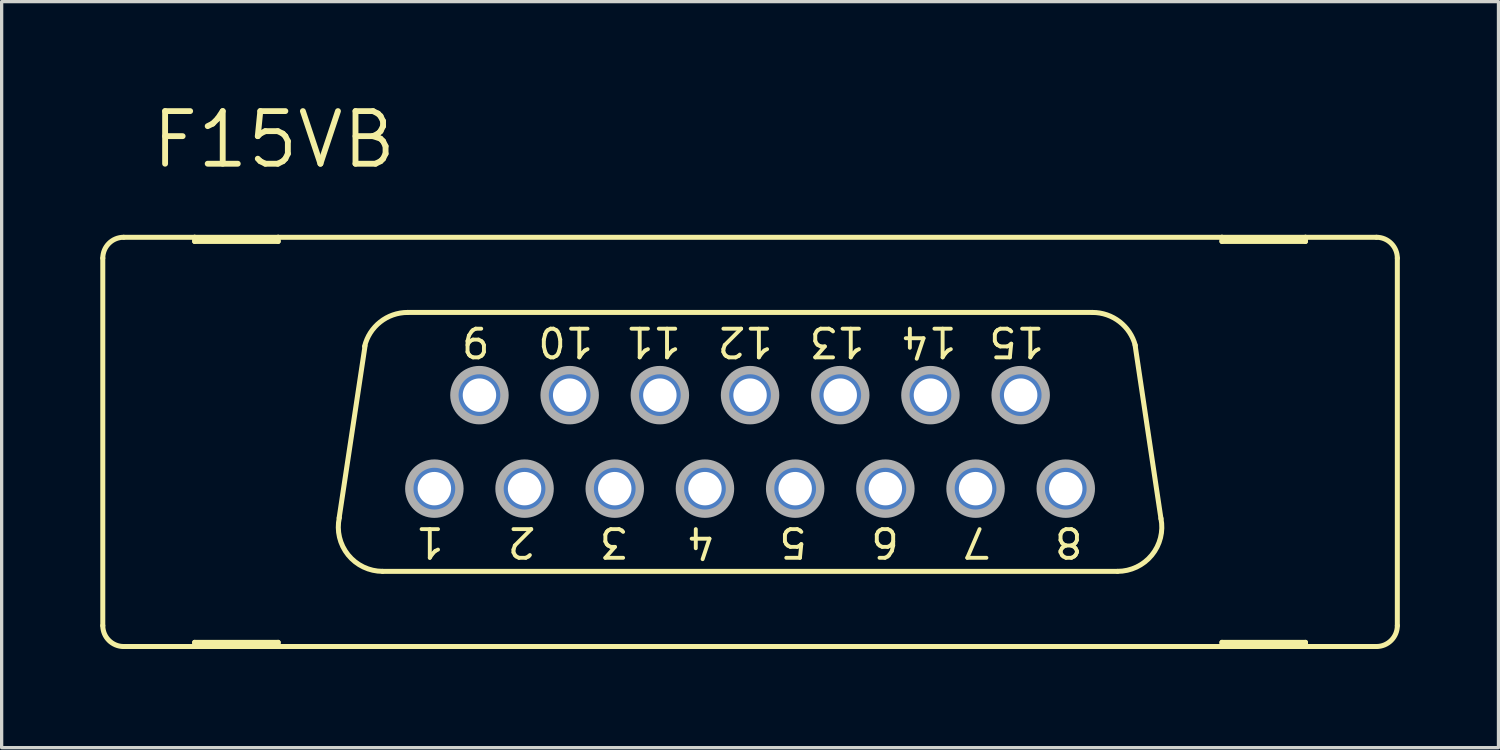
<source format=kicad_pcb>
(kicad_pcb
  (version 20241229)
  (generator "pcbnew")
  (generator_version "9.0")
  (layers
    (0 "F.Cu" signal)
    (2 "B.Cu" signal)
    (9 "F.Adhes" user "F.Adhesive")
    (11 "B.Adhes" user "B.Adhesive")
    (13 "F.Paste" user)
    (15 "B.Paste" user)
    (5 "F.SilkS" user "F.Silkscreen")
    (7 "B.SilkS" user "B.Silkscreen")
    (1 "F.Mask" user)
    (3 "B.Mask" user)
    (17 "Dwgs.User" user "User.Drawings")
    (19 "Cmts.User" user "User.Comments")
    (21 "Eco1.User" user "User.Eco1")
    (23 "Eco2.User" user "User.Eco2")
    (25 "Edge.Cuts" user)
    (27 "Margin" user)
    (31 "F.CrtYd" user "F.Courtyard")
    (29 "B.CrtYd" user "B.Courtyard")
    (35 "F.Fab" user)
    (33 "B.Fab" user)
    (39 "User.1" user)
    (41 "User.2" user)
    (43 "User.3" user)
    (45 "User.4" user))
  (footprint "F15VB"
    (layer "F.Cu")
    (at 19.761 10.389)
    (property "Reference" "F15VB" (at -18.288 -8.255 0) (unlocked yes) (layer "F.SilkS") (effects (font (size 1.6 1.6) (thickness 0.178)) (justify left bottom)))
    (fp_line (start -19.685 5.588) (end -19.685 -5.588) (stroke (width 0.152) (type solid)) (layer "F.SilkS"))
    (fp_line (start -19.05 6.223) (end -16.891 6.223) (stroke (width 0.152) (type solid)) (layer "F.SilkS"))
    (fp_line (start -16.891 -6.223) (end -19.05 -6.223) (stroke (width 0.152) (type solid)) (layer "F.SilkS"))
    (fp_line (start -16.891 -6.096) (end -16.891 -6.223) (stroke (width 0.152) (type solid)) (layer "F.SilkS"))
    (fp_line (start -16.891 6.096) (end -16.891 6.223) (stroke (width 0.152) (type solid)) (layer "F.SilkS"))
    (fp_line (start -16.891 6.223) (end -14.351 6.223) (stroke (width 0.152) (type solid)) (layer "F.SilkS"))
    (fp_line (start -14.351 -6.223) (end -16.891 -6.223) (stroke (width 0.152) (type solid)) (layer "F.SilkS"))
    (fp_line (start -14.351 -6.223) (end -14.351 -6.096) (stroke (width 0.152) (type solid)) (layer "F.SilkS"))
    (fp_line (start -14.351 -6.096) (end -16.891 -6.096) (stroke (width 0.152) (type solid)) (layer "F.SilkS"))
    (fp_line (start -14.351 6.096) (end -16.891 6.096) (stroke (width 0.152) (type solid)) (layer "F.SilkS"))
    (fp_line (start -14.351 6.223) (end -14.351 6.096) (stroke (width 0.152) (type solid)) (layer "F.SilkS"))
    (fp_line (start -14.351 6.223) (end 14.351 6.223) (stroke (width 0.152) (type solid)) (layer "F.SilkS"))
    (fp_line (start -12.497 2.311) (end -11.709 -2.921) (stroke (width 0.152) (type solid)) (layer "F.SilkS"))
    (fp_line (start 10.414 -3.937) (end -10.414 -3.937) (stroke (width 0.152) (type solid)) (layer "F.SilkS"))
    (fp_line (start 11.176 3.937) (end -11.176 3.937) (stroke (width 0.152) (type solid)) (layer "F.SilkS"))
    (fp_line (start 11.709 -2.946) (end 12.497 2.337) (stroke (width 0.152) (type solid)) (layer "F.SilkS"))
    (fp_line (start 14.351 -6.223) (end -14.351 -6.223) (stroke (width 0.152) (type solid)) (layer "F.SilkS"))
    (fp_line (start 14.351 -6.096) (end 14.351 -6.223) (stroke (width 0.152) (type solid)) (layer "F.SilkS"))
    (fp_line (start 14.351 6.096) (end 14.351 6.223) (stroke (width 0.152) (type solid)) (layer "F.SilkS"))
    (fp_line (start 14.351 6.223) (end 16.891 6.223) (stroke (width 0.152) (type solid)) (layer "F.SilkS"))
    (fp_line (start 16.891 -6.223) (end 14.351 -6.223) (stroke (width 0.152) (type solid)) (layer "F.SilkS"))
    (fp_line (start 16.891 -6.223) (end 16.891 -6.096) (stroke (width 0.152) (type solid)) (layer "F.SilkS"))
    (fp_line (start 16.891 -6.096) (end 14.351 -6.096) (stroke (width 0.152) (type solid)) (layer "F.SilkS"))
    (fp_line (start 16.891 6.096) (end 14.351 6.096) (stroke (width 0.152) (type solid)) (layer "F.SilkS"))
    (fp_line (start 16.891 6.223) (end 16.891 6.096) (stroke (width 0.152) (type solid)) (layer "F.SilkS"))
    (fp_line (start 16.891 6.223) (end 19.05 6.223) (stroke (width 0.152) (type solid)) (layer "F.SilkS"))
    (fp_line (start 19.05 -6.223) (end 16.891 -6.223) (stroke (width 0.152) (type solid)) (layer "F.SilkS"))
    (fp_line (start 19.685 5.588) (end 19.685 -5.588) (stroke (width 0.152) (type solid)) (layer "F.SilkS"))
    (fp_arc (start -19.685 -5.588) (mid -19.499013 -6.037013) (end -19.05 -6.223) (stroke (width 0.1524) (type solid)) (layer "F.SilkS"))
    (fp_arc (start -19.05 6.223) (mid -19.499013 6.037013) (end -19.685 5.588) (stroke (width 0.1524) (type solid)) (layer "F.SilkS"))
    (fp_arc (start -11.7227 -2.905) (mid -11.247255 -3.647874) (end -10.413999 -3.936999) (stroke (width 0.1524) (type solid)) (layer "F.SilkS"))
    (fp_arc (start -11.175998 3.937) (mid -12.224555 3.435185) (end -12.4915 2.3038) (stroke (width 0.1524) (type solid)) (layer "F.SilkS"))
    (fp_arc (start 10.414 -3.937) (mid 11.2375 -3.655745) (end 11.7169 -2.9295) (stroke (width 0.1524) (type solid)) (layer "F.SilkS"))
    (fp_arc (start 12.4961 2.3268) (mid 12.217082 3.444284) (end 11.176 3.937) (stroke (width 0.1524) (type solid)) (layer "F.SilkS"))
    (fp_arc (start 19.05 -6.223) (mid 19.499013 -6.037013) (end 19.685 -5.588) (stroke (width 0.1524) (type solid)) (layer "F.SilkS"))
    (fp_arc (start 19.685 5.588) (mid 19.499013 6.037013) (end 19.05 6.223) (stroke (width 0.1524) (type solid)) (layer "F.SilkS"))
    (fp_circle (center -9.601 1.422) (end -8.839 1.422) (stroke (width 0.254) (type solid)) (fill no) (layer "F.Fab"))
    (fp_circle (center -8.23 -1.422) (end -7.468 -1.422) (stroke (width 0.254) (type solid)) (fill no) (layer "F.Fab"))
    (fp_circle (center -6.858 1.422) (end -6.096 1.422) (stroke (width 0.254) (type solid)) (fill no) (layer "F.Fab"))
    (fp_circle (center -5.486 -1.422) (end -4.724 -1.422) (stroke (width 0.254) (type solid)) (fill no) (layer "F.Fab"))
    (fp_circle (center -4.115 1.422) (end -3.353 1.422) (stroke (width 0.254) (type solid)) (fill no) (layer "F.Fab"))
    (fp_circle (center -2.743 -1.422) (end -1.981 -1.422) (stroke (width 0.254) (type solid)) (fill no) (layer "F.Fab"))
    (fp_circle (center -1.372 1.422) (end -0.61 1.422) (stroke (width 0.254) (type solid)) (fill no) (layer "F.Fab"))
    (fp_circle (center 0 -1.422) (end 0.762 -1.422) (stroke (width 0.254) (type solid)) (fill no) (layer "F.Fab"))
    (fp_circle (center 1.372 1.422) (end 2.134 1.422) (stroke (width 0.254) (type solid)) (fill no) (layer "F.Fab"))
    (fp_circle (center 2.743 -1.422) (end 3.505 -1.422) (stroke (width 0.254) (type solid)) (fill no) (layer "F.Fab"))
    (fp_circle (center 4.115 1.422) (end 4.877 1.422) (stroke (width 0.254) (type solid)) (fill no) (layer "F.Fab"))
    (fp_circle (center 5.486 -1.422) (end 6.248 -1.422) (stroke (width 0.254) (type solid)) (fill no) (layer "F.Fab"))
    (fp_circle (center 6.858 1.422) (end 7.62 1.422) (stroke (width 0.254) (type solid)) (fill no) (layer "F.Fab"))
    (fp_circle (center 8.23 -1.422) (end 8.992 -1.422) (stroke (width 0.254) (type solid)) (fill no) (layer "F.Fab"))
    (fp_circle (center 9.601 1.422) (end 10.363 1.422) (stroke (width 0.254) (type solid)) (fill no) (layer "F.Fab"))
    (fp_text user "10" (at -4.699 -3.556 180) (unlocked yes) (layer "F.SilkS") (effects (font (size 0.872 0.872) (thickness 0.119)) (justify left bottom)))
    (fp_text user "14" (at 6.35 -3.556 180) (unlocked yes) (layer "F.SilkS") (effects (font (size 0.872 0.872) (thickness 0.119)) (justify left bottom)))
    (fp_text user "9" (at -7.849 -3.556 180) (unlocked yes) (layer "F.SilkS") (effects (font (size 0.872 0.872) (thickness 0.119)) (justify left bottom)))
    (fp_text user "7" (at 7.391 2.54 180) (unlocked yes) (layer "F.SilkS") (effects (font (size 0.872 0.872) (thickness 0.119)) (justify left bottom)))
    (fp_text user "4" (at -0.991 2.54 180) (unlocked yes) (layer "F.SilkS") (effects (font (size 0.872 0.872) (thickness 0.119)) (justify left bottom)))
    (fp_text user "5" (at 1.803 2.54 180) (unlocked yes) (layer "F.SilkS") (effects (font (size 0.872 0.872) (thickness 0.119)) (justify left bottom)))
    (fp_text user "13" (at 3.556 -3.556 180) (unlocked yes) (layer "F.SilkS") (effects (font (size 0.872 0.872) (thickness 0.119)) (justify left bottom)))
    (fp_text user "15" (at 9.017 -3.556 180) (unlocked yes) (layer "F.SilkS") (effects (font (size 0.872 0.872) (thickness 0.119)) (justify left bottom)))
    (fp_text user "1" (at -9.246 2.54 180) (unlocked yes) (layer "F.SilkS") (effects (font (size 0.872 0.872) (thickness 0.119)) (justify left bottom)))
    (fp_text user "12" (at 0.762 -3.556 180) (unlocked yes) (layer "F.SilkS") (effects (font (size 0.872 0.872) (thickness 0.119)) (justify left bottom)))
    (fp_text user "11" (at -2.032 -3.556 180) (unlocked yes) (layer "F.SilkS") (effects (font (size 0.872 0.872) (thickness 0.119)) (justify left bottom)))
    (fp_text user "3" (at -3.658 2.54 180) (unlocked yes) (layer "F.SilkS") (effects (font (size 0.872 0.872) (thickness 0.119)) (justify left bottom)))
    (fp_text user "6" (at 4.597 2.54 180) (unlocked yes) (layer "F.SilkS") (effects (font (size 0.872 0.872) (thickness 0.119)) (justify left bottom)))
    (fp_text user "2" (at -6.452 2.54 180) (unlocked yes) (layer "F.SilkS") (effects (font (size 0.872 0.872) (thickness 0.119)) (justify left bottom)))
    (fp_text user "8" (at 10.185 2.54 180) (unlocked yes) (layer "F.SilkS") (effects (font (size 0.872 0.872) (thickness 0.119)) (justify left bottom)))
    (pad "1" thru_hole roundrect (at -9.601 1.422) (size 1.524 1.524) (drill 1.016) (layers "*.Cu" "*.Mask") (roundrect_rratio 0.25) (chamfer_ratio 0.293) (chamfer top_left top_right bottom_left bottom_right))
    (pad "2" thru_hole roundrect (at -6.858 1.422) (size 1.524 1.524) (drill 1.016) (layers "*.Cu" "*.Mask") (roundrect_rratio 0.25) (chamfer_ratio 0.293) (chamfer top_left top_right bottom_left bottom_right))
    (pad "3" thru_hole roundrect (at -4.115 1.422) (size 1.524 1.524) (drill 1.016) (layers "*.Cu" "*.Mask") (roundrect_rratio 0.25) (chamfer_ratio 0.293) (chamfer top_left top_right bottom_left bottom_right))
    (pad "4" thru_hole roundrect (at -1.372 1.422) (size 1.524 1.524) (drill 1.016) (layers "*.Cu" "*.Mask") (roundrect_rratio 0.25) (chamfer_ratio 0.293) (chamfer top_left top_right bottom_left bottom_right))
    (pad "5" thru_hole roundrect (at 1.372 1.422) (size 1.524 1.524) (drill 1.016) (layers "*.Cu" "*.Mask") (roundrect_rratio 0.25) (chamfer_ratio 0.293) (chamfer top_left top_right bottom_left bottom_right))
    (pad "6" thru_hole roundrect (at 4.115 1.422) (size 1.524 1.524) (drill 1.016) (layers "*.Cu" "*.Mask") (roundrect_rratio 0.25) (chamfer_ratio 0.293) (chamfer top_left top_right bottom_left bottom_right))
    (pad "7" thru_hole roundrect (at 6.858 1.422) (size 1.524 1.524) (drill 1.016) (layers "*.Cu" "*.Mask") (roundrect_rratio 0.25) (chamfer_ratio 0.293) (chamfer top_left top_right bottom_left bottom_right))
    (pad "8" thru_hole roundrect (at 9.601 1.422) (size 1.524 1.524) (drill 1.016) (layers "*.Cu" "*.Mask") (roundrect_rratio 0.25) (chamfer_ratio 0.293) (chamfer top_left top_right bottom_left bottom_right))
    (pad "9" thru_hole roundrect (at -8.23 -1.422) (size 1.524 1.524) (drill 1.016) (layers "*.Cu" "*.Mask") (roundrect_rratio 0.25) (chamfer_ratio 0.293) (chamfer top_left top_right bottom_left bottom_right))
    (pad "10" thru_hole roundrect (at -5.486 -1.422) (size 1.524 1.524) (drill 1.016) (layers "*.Cu" "*.Mask") (roundrect_rratio 0.25) (chamfer_ratio 0.293) (chamfer top_left top_right bottom_left bottom_right))
    (pad "11" thru_hole roundrect (at -2.743 -1.422) (size 1.524 1.524) (drill 1.016) (layers "*.Cu" "*.Mask") (roundrect_rratio 0.25) (chamfer_ratio 0.293) (chamfer top_left top_right bottom_left bottom_right))
    (pad "12" thru_hole roundrect (at 0 -1.422) (size 1.524 1.524) (drill 1.016) (layers "*.Cu" "*.Mask") (roundrect_rratio 0.25) (chamfer_ratio 0.293) (chamfer top_left top_right bottom_left bottom_right))
    (pad "13" thru_hole roundrect (at 2.743 -1.422) (size 1.524 1.524) (drill 1.016) (layers "*.Cu" "*.Mask") (roundrect_rratio 0.25) (chamfer_ratio 0.293) (chamfer top_left top_right bottom_left bottom_right))
    (pad "14" thru_hole roundrect (at 5.486 -1.422) (size 1.524 1.524) (drill 1.016) (layers "*.Cu" "*.Mask") (roundrect_rratio 0.25) (chamfer_ratio 0.293) (chamfer top_left top_right bottom_left bottom_right))
    (pad "15" thru_hole roundrect (at 8.23 -1.422) (size 1.524 1.524) (drill 1.016) (layers "*.Cu" "*.Mask") (roundrect_rratio 0.25) (chamfer_ratio 0.293) (chamfer top_left top_right bottom_left bottom_right)))
  (gr_rect
    (start -3 -3)
    (end 42.522 19.688)
    (stroke (width 0.1) (type default))
    (fill no)
    (layer "Edge.Cuts")))
</source>
